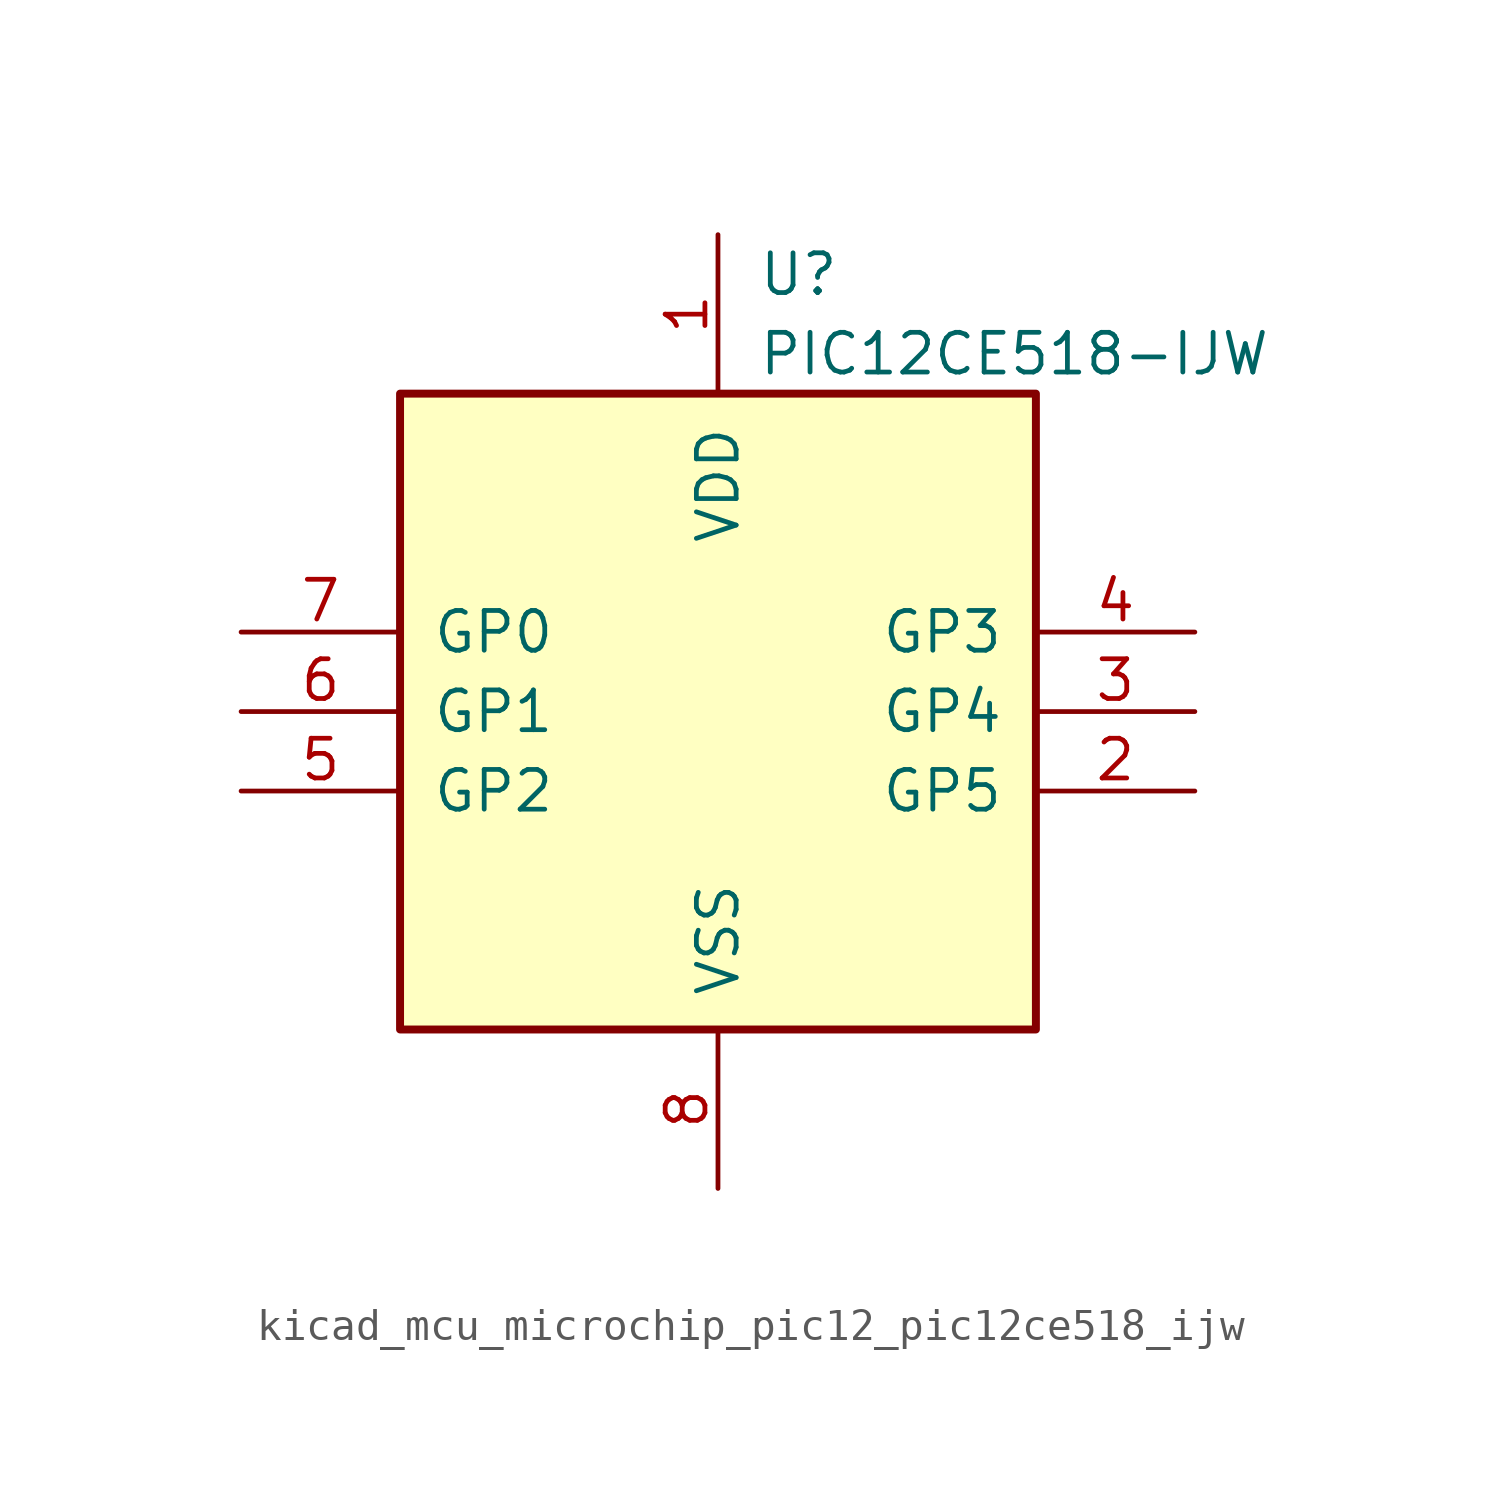
<source format=kicad_sym>
(kicad_symbol_lib
  (version 20220914)
  (generator kicad_symbol_editor)
  (symbol "kicad_mcu_microchip_pic12_pic12ce518_ijw"
    (pin_names
      (offset 1.016))
    (property "Reference" "U"
      (at 1.27 13.97 0)
      (effects (font (size 1.27 1.27)) (justify left)))
    (property "Value" "PIC12CE518-IJW"
      (at 1.27 11.43 0)
      (effects (font (size 1.27 1.27)) (justify left)))
    (symbol "kicad_mcu_microchip_pic12_pic12ce518_ijw_0_1"
      (rectangle (start 10.16 -10.16) (end -10.16 10.16) (stroke (width 0.254) (type default)) (fill (type background))))
    (symbol "kicad_mcu_microchip_pic12_pic12ce518_ijw_1_1"
      (pin power_in line (at 0 15.24 270) (length 5.08) (name "VDD" (effects (font (size 1.27 1.27)))) (number "1" (effects (font (size 1.27 1.27)))))
      (pin bidirectional line (at 15.24 -2.54 180) (length 5.08) (name "GP5" (effects (font (size 1.27 1.27)))) (number "2" (effects (font (size 1.27 1.27)))))
      (pin bidirectional line (at 15.24 0 180) (length 5.08) (name "GP4" (effects (font (size 1.27 1.27)))) (number "3" (effects (font (size 1.27 1.27)))))
      (pin input line (at 15.24 2.54 180) (length 5.08) (name "GP3" (effects (font (size 1.27 1.27)))) (number "4" (effects (font (size 1.27 1.27)))))
      (pin bidirectional line (at -15.24 -2.54 0) (length 5.08) (name "GP2" (effects (font (size 1.27 1.27)))) (number "5" (effects (font (size 1.27 1.27)))))
      (pin bidirectional line (at -15.24 0 0) (length 5.08) (name "GP1" (effects (font (size 1.27 1.27)))) (number "6" (effects (font (size 1.27 1.27)))))
      (pin bidirectional line (at -15.24 2.54 0) (length 5.08) (name "GP0" (effects (font (size 1.27 1.27)))) (number "7" (effects (font (size 1.27 1.27)))))
      (pin power_in line (at 0 -15.24 90) (length 5.08) (name "VSS" (effects (font (size 1.27 1.27)))) (number "8" (effects (font (size 1.27 1.27))))))))
</source>
